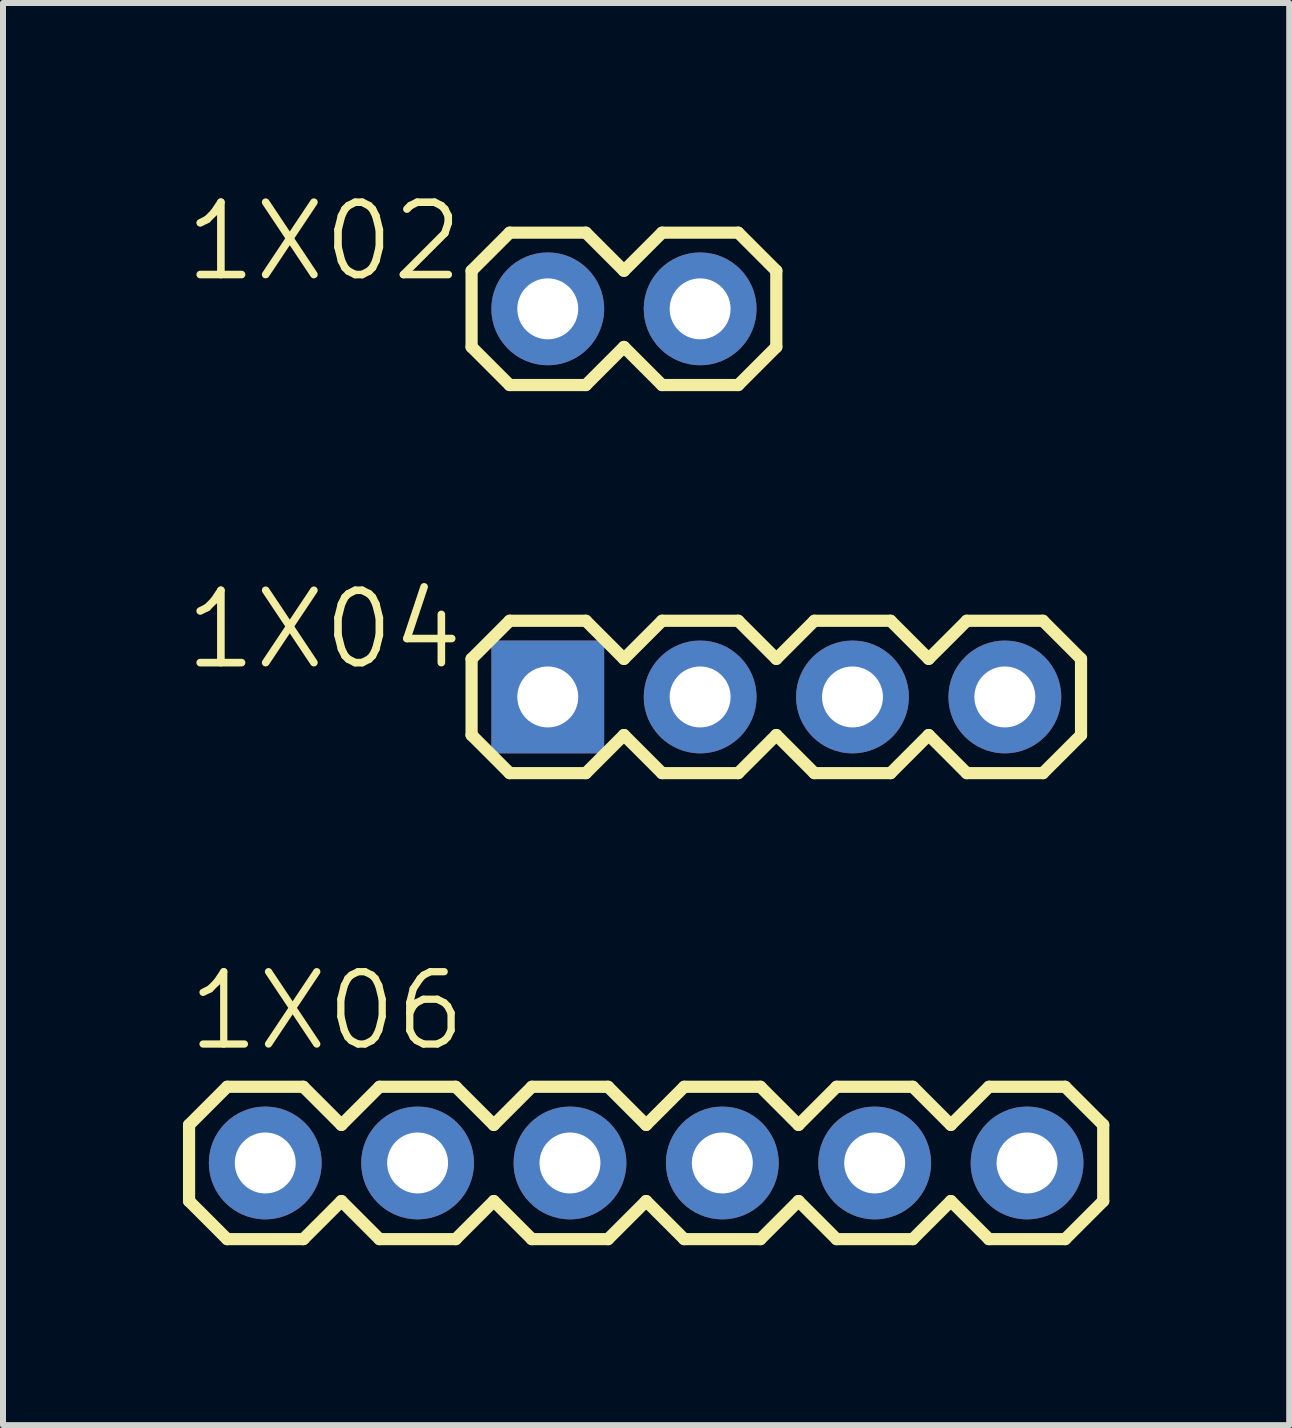
<source format=kicad_pcb>
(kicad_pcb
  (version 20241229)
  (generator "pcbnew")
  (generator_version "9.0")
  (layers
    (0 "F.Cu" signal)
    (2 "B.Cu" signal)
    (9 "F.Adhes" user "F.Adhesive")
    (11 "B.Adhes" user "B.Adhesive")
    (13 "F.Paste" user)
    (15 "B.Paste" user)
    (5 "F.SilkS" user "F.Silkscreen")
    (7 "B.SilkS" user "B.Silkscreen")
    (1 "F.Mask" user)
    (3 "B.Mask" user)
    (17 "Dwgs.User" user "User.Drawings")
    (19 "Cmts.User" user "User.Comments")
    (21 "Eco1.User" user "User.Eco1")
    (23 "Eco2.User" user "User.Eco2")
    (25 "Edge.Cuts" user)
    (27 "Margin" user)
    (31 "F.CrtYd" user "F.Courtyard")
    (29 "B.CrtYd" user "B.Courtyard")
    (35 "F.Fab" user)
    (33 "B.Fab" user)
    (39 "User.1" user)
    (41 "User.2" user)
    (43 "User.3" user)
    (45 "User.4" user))
  (footprint "1X02"
    (layer "F.Cu")
    (at 6.082 2.099)
    (property "Reference" "1X02" (at -1.346 -1.829 0) (layer "F.SilkS") (effects (font (size 1.206 1.206) (thickness 0.127)) (justify right top)))
    (attr through_hole)
    (fp_line (start -1.27 -0.635) (end -1.27 0.635) (stroke (width 0.203) (type solid)) (layer "F.SilkS"))
    (fp_line (start -1.27 0.635) (end -0.635 1.27) (stroke (width 0.203) (type solid)) (layer "F.SilkS"))
    (fp_line (start -0.635 -1.27) (end -1.27 -0.635) (stroke (width 0.203) (type solid)) (layer "F.SilkS"))
    (fp_line (start -0.635 -1.27) (end 0.635 -1.27) (stroke (width 0.203) (type solid)) (layer "F.SilkS"))
    (fp_line (start 0.635 -1.27) (end 1.27 -0.635) (stroke (width 0.203) (type solid)) (layer "F.SilkS"))
    (fp_line (start 0.635 1.27) (end -0.635 1.27) (stroke (width 0.203) (type solid)) (layer "F.SilkS"))
    (fp_line (start 1.27 -0.635) (end 1.905 -1.27) (stroke (width 0.203) (type solid)) (layer "F.SilkS"))
    (fp_line (start 1.27 0.635) (end 0.635 1.27) (stroke (width 0.203) (type solid)) (layer "F.SilkS"))
    (fp_line (start 1.905 -1.27) (end 3.175 -1.27) (stroke (width 0.203) (type solid)) (layer "F.SilkS"))
    (fp_line (start 1.905 1.27) (end 1.27 0.635) (stroke (width 0.203) (type solid)) (layer "F.SilkS"))
    (fp_line (start 3.175 -1.27) (end 3.81 -0.635) (stroke (width 0.203) (type solid)) (layer "F.SilkS"))
    (fp_line (start 3.175 1.27) (end 1.905 1.27) (stroke (width 0.203) (type solid)) (layer "F.SilkS"))
    (fp_line (start 3.81 -0.635) (end 3.81 0.635) (stroke (width 0.203) (type solid)) (layer "F.SilkS"))
    (fp_line (start 3.81 0.635) (end 3.175 1.27) (stroke (width 0.203) (type solid)) (layer "F.SilkS"))
    (fp_poly (pts (xy -0.254 0.254) (xy 0.254 0.254) (xy 0.254 -0.254) (xy -0.254 -0.254)) (stroke (width 0.1) (type solid)) (fill no) (layer "F.Fab"))
    (fp_poly (pts (xy 2.286 0.254) (xy 2.794 0.254) (xy 2.794 -0.254) (xy 2.286 -0.254)) (stroke (width 0.1) (type solid)) (fill no) (layer "F.Fab"))
    (pad "1" thru_hole circle (at 0 0 90) (size 1.88 1.88) (drill 1.016) (layers "*.Cu" "*.Mask"))
    (pad "2" thru_hole circle (at 2.54 0 90) (size 1.88 1.88) (drill 1.016) (layers "*.Cu" "*.Mask")))
  (footprint "1X06"
    (layer "F.Cu")
    (at 1.372 16.338)
    (property "Reference" "1X06" (at -1.346 -1.829 180) (layer "F.SilkS") (effects (font (size 1.206 1.206) (thickness 0.121)) (justify left bottom)))
    (attr through_hole)
    (fp_line (start -1.27 -0.635) (end -1.27 0.635) (stroke (width 0.203) (type solid)) (layer "F.SilkS"))
    (fp_line (start -1.27 0.635) (end -0.635 1.27) (stroke (width 0.203) (type solid)) (layer "F.SilkS"))
    (fp_line (start -0.635 -1.27) (end -1.27 -0.635) (stroke (width 0.203) (type solid)) (layer "F.SilkS"))
    (fp_line (start -0.635 -1.27) (end 0.635 -1.27) (stroke (width 0.203) (type solid)) (layer "F.SilkS"))
    (fp_line (start 0.635 -1.27) (end 1.27 -0.635) (stroke (width 0.203) (type solid)) (layer "F.SilkS"))
    (fp_line (start 0.635 1.27) (end -0.635 1.27) (stroke (width 0.203) (type solid)) (layer "F.SilkS"))
    (fp_line (start 1.27 -0.635) (end 1.905 -1.27) (stroke (width 0.203) (type solid)) (layer "F.SilkS"))
    (fp_line (start 1.27 0.635) (end 0.635 1.27) (stroke (width 0.203) (type solid)) (layer "F.SilkS"))
    (fp_line (start 1.905 -1.27) (end 3.175 -1.27) (stroke (width 0.203) (type solid)) (layer "F.SilkS"))
    (fp_line (start 1.905 1.27) (end 1.27 0.635) (stroke (width 0.203) (type solid)) (layer "F.SilkS"))
    (fp_line (start 3.175 -1.27) (end 3.81 -0.635) (stroke (width 0.203) (type solid)) (layer "F.SilkS"))
    (fp_line (start 3.175 1.27) (end 1.905 1.27) (stroke (width 0.203) (type solid)) (layer "F.SilkS"))
    (fp_line (start 3.81 -0.635) (end 4.445 -1.27) (stroke (width 0.203) (type solid)) (layer "F.SilkS"))
    (fp_line (start 3.81 0.635) (end 3.175 1.27) (stroke (width 0.203) (type solid)) (layer "F.SilkS"))
    (fp_line (start 4.445 -1.27) (end 5.715 -1.27) (stroke (width 0.203) (type solid)) (layer "F.SilkS"))
    (fp_line (start 4.445 1.27) (end 3.81 0.635) (stroke (width 0.203) (type solid)) (layer "F.SilkS"))
    (fp_line (start 5.715 -1.27) (end 6.35 -0.635) (stroke (width 0.203) (type solid)) (layer "F.SilkS"))
    (fp_line (start 5.715 1.27) (end 4.445 1.27) (stroke (width 0.203) (type solid)) (layer "F.SilkS"))
    (fp_line (start 6.35 0.635) (end 5.715 1.27) (stroke (width 0.203) (type solid)) (layer "F.SilkS"))
    (fp_line (start 6.35 0.635) (end 6.985 1.27) (stroke (width 0.203) (type solid)) (layer "F.SilkS"))
    (fp_line (start 6.985 -1.27) (end 6.35 -0.635) (stroke (width 0.203) (type solid)) (layer "F.SilkS"))
    (fp_line (start 6.985 -1.27) (end 8.255 -1.27) (stroke (width 0.203) (type solid)) (layer "F.SilkS"))
    (fp_line (start 8.255 -1.27) (end 8.89 -0.635) (stroke (width 0.203) (type solid)) (layer "F.SilkS"))
    (fp_line (start 8.255 1.27) (end 6.985 1.27) (stroke (width 0.203) (type solid)) (layer "F.SilkS"))
    (fp_line (start 8.89 -0.635) (end 9.525 -1.27) (stroke (width 0.203) (type solid)) (layer "F.SilkS"))
    (fp_line (start 8.89 0.635) (end 8.255 1.27) (stroke (width 0.203) (type solid)) (layer "F.SilkS"))
    (fp_line (start 9.525 -1.27) (end 10.795 -1.27) (stroke (width 0.203) (type solid)) (layer "F.SilkS"))
    (fp_line (start 9.525 1.27) (end 8.89 0.635) (stroke (width 0.203) (type solid)) (layer "F.SilkS"))
    (fp_line (start 10.795 -1.27) (end 11.43 -0.635) (stroke (width 0.203) (type solid)) (layer "F.SilkS"))
    (fp_line (start 10.795 1.27) (end 9.525 1.27) (stroke (width 0.203) (type solid)) (layer "F.SilkS"))
    (fp_line (start 11.43 -0.635) (end 12.065 -1.27) (stroke (width 0.203) (type solid)) (layer "F.SilkS"))
    (fp_line (start 11.43 0.635) (end 10.795 1.27) (stroke (width 0.203) (type solid)) (layer "F.SilkS"))
    (fp_line (start 12.065 -1.27) (end 13.335 -1.27) (stroke (width 0.203) (type solid)) (layer "F.SilkS"))
    (fp_line (start 12.065 1.27) (end 11.43 0.635) (stroke (width 0.203) (type solid)) (layer "F.SilkS"))
    (fp_line (start 13.335 -1.27) (end 13.97 -0.635) (stroke (width 0.203) (type solid)) (layer "F.SilkS"))
    (fp_line (start 13.335 1.27) (end 12.065 1.27) (stroke (width 0.203) (type solid)) (layer "F.SilkS"))
    (fp_line (start 13.97 -0.635) (end 13.97 0.635) (stroke (width 0.203) (type solid)) (layer "F.SilkS"))
    (fp_line (start 13.97 0.635) (end 13.335 1.27) (stroke (width 0.203) (type solid)) (layer "F.SilkS"))
    (fp_poly (pts (xy -0.254 0.254) (xy 0.254 0.254) (xy 0.254 -0.254) (xy -0.254 -0.254)) (stroke (width 0.1) (type solid)) (fill no) (layer "F.Fab"))
    (fp_poly (pts (xy 2.286 0.254) (xy 2.794 0.254) (xy 2.794 -0.254) (xy 2.286 -0.254)) (stroke (width 0.1) (type solid)) (fill no) (layer "F.Fab"))
    (fp_poly (pts (xy 4.826 0.254) (xy 5.334 0.254) (xy 5.334 -0.254) (xy 4.826 -0.254)) (stroke (width 0.1) (type solid)) (fill no) (layer "F.Fab"))
    (fp_poly (pts (xy 7.366 0.254) (xy 7.874 0.254) (xy 7.874 -0.254) (xy 7.366 -0.254)) (stroke (width 0.1) (type solid)) (fill no) (layer "F.Fab"))
    (fp_poly (pts (xy 9.906 0.254) (xy 10.414 0.254) (xy 10.414 -0.254) (xy 9.906 -0.254)) (stroke (width 0.1) (type solid)) (fill no) (layer "F.Fab"))
    (fp_poly (pts (xy 12.446 0.254) (xy 12.954 0.254) (xy 12.954 -0.254) (xy 12.446 -0.254)) (stroke (width 0.1) (type solid)) (fill no) (layer "F.Fab"))
    (pad "1" thru_hole circle (at 0 0 90) (size 1.88 1.88) (drill 1.016) (layers "*.Cu" "*.Mask"))
    (pad "2" thru_hole circle (at 2.54 0 90) (size 1.88 1.88) (drill 1.016) (layers "*.Cu" "*.Mask"))
    (pad "3" thru_hole circle (at 5.08 0 90) (size 1.88 1.88) (drill 1.016) (layers "*.Cu" "*.Mask"))
    (pad "4" thru_hole circle (at 7.62 0 90) (size 1.88 1.88) (drill 1.016) (layers "*.Cu" "*.Mask"))
    (pad "5" thru_hole circle (at 10.16 0 90) (size 1.88 1.88) (drill 1.016) (layers "*.Cu" "*.Mask"))
    (pad "6" thru_hole circle (at 12.7 0 90) (size 1.88 1.88) (drill 1.016) (layers "*.Cu" "*.Mask")))
  (footprint "1X04"
    (layer "F.Cu")
    (at 6.082 8.569)
    (property "Reference" "1X04" (at -1.346 -1.829 0) (layer "F.SilkS") (effects (font (size 1.206 1.206) (thickness 0.127)) (justify right top)))
    (attr through_hole)
    (fp_line (start -1.27 -0.635) (end -1.27 0.635) (stroke (width 0.203) (type solid)) (layer "F.SilkS"))
    (fp_line (start -1.27 0.635) (end -0.635 1.27) (stroke (width 0.203) (type solid)) (layer "F.SilkS"))
    (fp_line (start -0.635 -1.27) (end -1.27 -0.635) (stroke (width 0.203) (type solid)) (layer "F.SilkS"))
    (fp_line (start -0.635 -1.27) (end 0.635 -1.27) (stroke (width 0.203) (type solid)) (layer "F.SilkS"))
    (fp_line (start 0.635 -1.27) (end 1.27 -0.635) (stroke (width 0.203) (type solid)) (layer "F.SilkS"))
    (fp_line (start 0.635 1.27) (end -0.635 1.27) (stroke (width 0.203) (type solid)) (layer "F.SilkS"))
    (fp_line (start 1.27 -0.635) (end 1.905 -1.27) (stroke (width 0.203) (type solid)) (layer "F.SilkS"))
    (fp_line (start 1.27 0.635) (end 0.635 1.27) (stroke (width 0.203) (type solid)) (layer "F.SilkS"))
    (fp_line (start 1.905 -1.27) (end 3.175 -1.27) (stroke (width 0.203) (type solid)) (layer "F.SilkS"))
    (fp_line (start 1.905 1.27) (end 1.27 0.635) (stroke (width 0.203) (type solid)) (layer "F.SilkS"))
    (fp_line (start 3.175 -1.27) (end 3.81 -0.635) (stroke (width 0.203) (type solid)) (layer "F.SilkS"))
    (fp_line (start 3.175 1.27) (end 1.905 1.27) (stroke (width 0.203) (type solid)) (layer "F.SilkS"))
    (fp_line (start 3.81 -0.635) (end 4.445 -1.27) (stroke (width 0.203) (type solid)) (layer "F.SilkS"))
    (fp_line (start 3.81 0.635) (end 3.175 1.27) (stroke (width 0.203) (type solid)) (layer "F.SilkS"))
    (fp_line (start 4.445 -1.27) (end 5.715 -1.27) (stroke (width 0.203) (type solid)) (layer "F.SilkS"))
    (fp_line (start 4.445 1.27) (end 3.81 0.635) (stroke (width 0.203) (type solid)) (layer "F.SilkS"))
    (fp_line (start 5.715 -1.27) (end 6.35 -0.635) (stroke (width 0.203) (type solid)) (layer "F.SilkS"))
    (fp_line (start 5.715 1.27) (end 4.445 1.27) (stroke (width 0.203) (type solid)) (layer "F.SilkS"))
    (fp_line (start 6.35 0.635) (end 5.715 1.27) (stroke (width 0.203) (type solid)) (layer "F.SilkS"))
    (fp_line (start 6.35 0.635) (end 6.985 1.27) (stroke (width 0.203) (type solid)) (layer "F.SilkS"))
    (fp_line (start 6.985 -1.27) (end 6.35 -0.635) (stroke (width 0.203) (type solid)) (layer "F.SilkS"))
    (fp_line (start 6.985 -1.27) (end 8.255 -1.27) (stroke (width 0.203) (type solid)) (layer "F.SilkS"))
    (fp_line (start 8.255 -1.27) (end 8.89 -0.635) (stroke (width 0.203) (type solid)) (layer "F.SilkS"))
    (fp_line (start 8.255 1.27) (end 6.985 1.27) (stroke (width 0.203) (type solid)) (layer "F.SilkS"))
    (fp_line (start 8.89 -0.635) (end 8.89 0.635) (stroke (width 0.203) (type solid)) (layer "F.SilkS"))
    (fp_line (start 8.89 0.635) (end 8.255 1.27) (stroke (width 0.203) (type solid)) (layer "F.SilkS"))
    (fp_poly (pts (xy -0.254 0.254) (xy 0.254 0.254) (xy 0.254 -0.254) (xy -0.254 -0.254)) (stroke (width 0.1) (type solid)) (fill no) (layer "F.Fab"))
    (fp_poly (pts (xy 2.286 0.254) (xy 2.794 0.254) (xy 2.794 -0.254) (xy 2.286 -0.254)) (stroke (width 0.1) (type solid)) (fill no) (layer "F.Fab"))
    (fp_poly (pts (xy 4.826 0.254) (xy 5.334 0.254) (xy 5.334 -0.254) (xy 4.826 -0.254)) (stroke (width 0.1) (type solid)) (fill no) (layer "F.Fab"))
    (fp_poly (pts (xy 7.366 0.254) (xy 7.874 0.254) (xy 7.874 -0.254) (xy 7.366 -0.254)) (stroke (width 0.1) (type solid)) (fill no) (layer "F.Fab"))
    (pad "1" thru_hole rect (at 0 0 90) (size 1.88 1.88) (drill 1.016) (layers "*.Cu" "*.Mask"))
    (pad "2" thru_hole circle (at 2.54 0 90) (size 1.88 1.88) (drill 1.016) (layers "*.Cu" "*.Mask"))
    (pad "3" thru_hole circle (at 5.08 0 90) (size 1.88 1.88) (drill 1.016) (layers "*.Cu" "*.Mask"))
    (pad "4" thru_hole circle (at 7.62 0 90) (size 1.88 1.88) (drill 1.016) (layers "*.Cu" "*.Mask")))
  (gr_rect
    (start -3 -3)
    (end 18.443 20.709)
    (stroke (width 0.1) (type default))
    (fill no)
    (layer "Edge.Cuts")))
</source>
